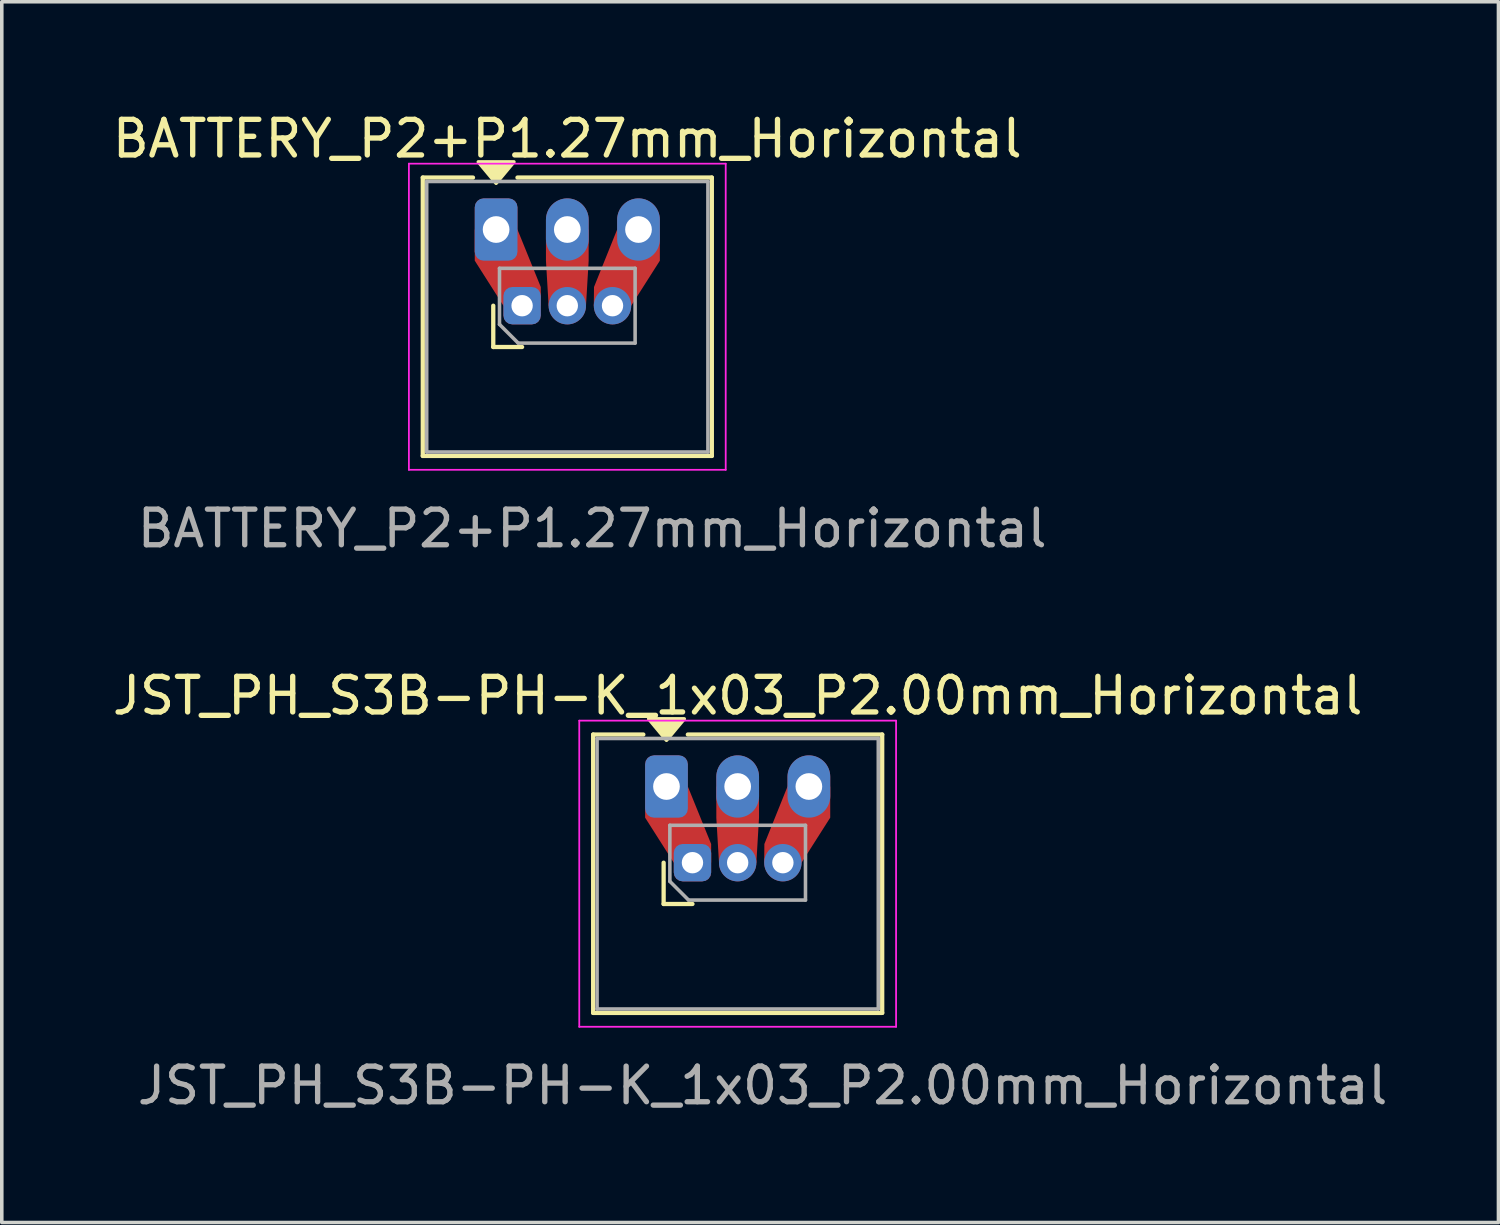
<source format=kicad_pcb>
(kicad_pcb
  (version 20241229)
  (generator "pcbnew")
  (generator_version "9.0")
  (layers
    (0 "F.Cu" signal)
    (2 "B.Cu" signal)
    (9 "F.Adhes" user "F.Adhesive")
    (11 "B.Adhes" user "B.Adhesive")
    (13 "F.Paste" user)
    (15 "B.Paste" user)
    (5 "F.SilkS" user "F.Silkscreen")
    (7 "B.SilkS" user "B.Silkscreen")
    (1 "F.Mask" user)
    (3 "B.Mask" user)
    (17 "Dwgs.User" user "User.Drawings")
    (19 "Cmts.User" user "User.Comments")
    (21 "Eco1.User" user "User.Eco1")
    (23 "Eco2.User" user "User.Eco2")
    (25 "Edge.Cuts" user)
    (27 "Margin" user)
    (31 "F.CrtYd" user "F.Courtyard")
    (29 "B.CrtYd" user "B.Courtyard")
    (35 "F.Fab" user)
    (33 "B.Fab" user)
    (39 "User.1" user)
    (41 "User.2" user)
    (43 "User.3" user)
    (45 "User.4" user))
  (footprint "JST_PH_S3B-PH-K_1x03_P2.00mm_Horizontal"
    (layer "F.Cu")
    (at 15.673 19.045)
    (property "Reference" "JST_PH_S3B-PH-K_1x03_P2.00mm_Horizontal" (at 2 -2.55 0) (layer "F.SilkS") (effects (font (size 1 1) (thickness 0.15))))
    (attr through_hole)
    (fp_poly (pts (xy 1.255 2.14) (xy 1.255 1.615) (xy 0.6 0) (xy -0.6 0) (xy -0.6 0.875) (xy 0.205 2.14)) (stroke (width 0) (type solid)) (fill yes) (layer "F.Cu"))
    (fp_poly (pts (xy 1.475 2.14) (xy 1.4 0.875) (xy 1.4 0) (xy 2.6 0) (xy 2.6 0.875) (xy 2.525 2.14)) (stroke (width 0) (type solid)) (fill yes) (layer "F.Cu"))
    (fp_poly (pts (xy 2.745 2.14) (xy 2.75 1.615) (xy 3.4 0) (xy 4.6 0) (xy 4.6 0.875) (xy 3.795 2.14)) (stroke (width 0) (type solid)) (fill yes) (layer "F.Cu"))
    (fp_line (start -2.06 -1.46) (end -2.06 6.36) (stroke (width 0.12) (type solid)) (layer "F.SilkS"))
    (fp_line (start -2.06 6.36) (end 6.06 6.36) (stroke (width 0.12) (type solid)) (layer "F.SilkS"))
    (fp_line (start -0.65 -1.46) (end -2.06 -1.46) (stroke (width 0.12) (type solid)) (layer "F.SilkS"))
    (fp_line (start -0.08 3.3) (end -0.08 2.14) (stroke (width 0.12) (type solid)) (layer "F.SilkS"))
    (fp_line (start 0.73 3.3) (end -0.08 3.3) (stroke (width 0.12) (type solid)) (layer "F.SilkS"))
    (fp_line (start 6.06 -1.46) (end 0.6 -1.46) (stroke (width 0.12) (type solid)) (layer "F.SilkS"))
    (fp_line (start 6.06 6.36) (end 6.06 -1.46) (stroke (width 0.12) (type solid)) (layer "F.SilkS"))
    (fp_poly (pts (xy 0 -1.3) (xy 0.5 -1.9) (xy -0.5 -1.9)) (stroke (width 0.1) (type solid)) (fill yes) (layer "F.SilkS"))
    (fp_line (start -2.45 -1.85) (end -2.45 6.75) (stroke (width 0.05) (type solid)) (layer "F.CrtYd"))
    (fp_line (start -2.45 6.75) (end 6.45 6.75) (stroke (width 0.05) (type solid)) (layer "F.CrtYd"))
    (fp_line (start 6.45 -1.85) (end -2.45 -1.85) (stroke (width 0.05) (type solid)) (layer "F.CrtYd"))
    (fp_line (start 6.45 6.75) (end 6.45 -1.85) (stroke (width 0.05) (type solid)) (layer "F.CrtYd"))
    (fp_line (start -1.95 -1.35) (end -1.95 6.25) (stroke (width 0.1) (type solid)) (layer "F.Fab"))
    (fp_line (start -1.95 6.25) (end 5.95 6.25) (stroke (width 0.1) (type solid)) (layer "F.Fab"))
    (fp_line (start 0.095 1.09) (end 3.905 1.09) (stroke (width 0.1) (type solid)) (layer "F.Fab"))
    (fp_line (start 0.095 2.665) (end 0.095 1.09) (stroke (width 0.1) (type solid)) (layer "F.Fab"))
    (fp_line (start 0.62 3.19) (end 0.095 2.665) (stroke (width 0.1) (type solid)) (layer "F.Fab"))
    (fp_line (start 3.905 1.09) (end 3.905 3.19) (stroke (width 0.1) (type solid)) (layer "F.Fab"))
    (fp_line (start 3.905 3.19) (end 0.62 3.19) (stroke (width 0.1) (type solid)) (layer "F.Fab"))
    (fp_line (start 5.95 -1.35) (end -1.95 -1.35) (stroke (width 0.1) (type solid)) (layer "F.Fab"))
    (fp_line (start 5.95 6.25) (end 5.95 -1.35) (stroke (width 0.1) (type solid)) (layer "F.Fab"))
    (fp_text user "${REFERENCE}" (at 2.7 8.4 0) (layer "F.Fab") (effects (font (size 1 1) (thickness 0.15))))
    (pad "1" thru_hole roundrect (at 0 0) (size 1.2 1.75) (drill 0.75) (layers "*.Cu" "*.Mask") (roundrect_rratio 0.208))
    (pad "1" thru_hole roundrect (at 0.73 2.14 90) (size 1.05 1.05) (drill 0.6) (layers "*.Cu" "*.Mask") (roundrect_rratio 0.238))
    (pad "2" thru_hole oval (at 2 0) (size 1.2 1.75) (drill 0.75) (layers "*.Cu" "*.Mask"))
    (pad "2" thru_hole circle (at 2 2.14 90) (size 1.05 1.05) (drill 0.6) (layers "*.Cu" "*.Mask"))
    (pad "3" thru_hole circle (at 3.27 2.14 90) (size 1.05 1.05) (drill 0.6) (layers "*.Cu" "*.Mask"))
    (pad "3" thru_hole oval (at 4 0) (size 1.2 1.75) (drill 0.75) (layers "*.Cu" "*.Mask")))
  (footprint "BATTERY_P2+P1.27mm_Horizontal"
    (layer "F.Cu")
    (at 10.887 3.398)
    (property "Reference" "BATTERY_P2+P1.27mm_Horizontal" (at 2 -2.55 0) (layer "F.SilkS") (effects (font (size 1 1) (thickness 0.15))))
    (attr through_hole)
    (fp_poly (pts (xy 1.255 2.14) (xy 1.255 1.615) (xy 0.6 0) (xy -0.6 0) (xy -0.6 0.875) (xy 0.205 2.14)) (stroke (width 0) (type solid)) (fill yes) (layer "F.Cu"))
    (fp_poly (pts (xy 1.475 2.14) (xy 1.4 0.875) (xy 1.4 0) (xy 2.6 0) (xy 2.6 0.875) (xy 2.525 2.14)) (stroke (width 0) (type solid)) (fill yes) (layer "F.Cu"))
    (fp_poly (pts (xy 2.745 2.14) (xy 2.75 1.615) (xy 3.4 0) (xy 4.6 0) (xy 4.6 0.875) (xy 3.795 2.14)) (stroke (width 0) (type solid)) (fill yes) (layer "F.Cu"))
    (fp_line (start -2.06 -1.46) (end -2.06 6.36) (stroke (width 0.12) (type solid)) (layer "F.SilkS"))
    (fp_line (start -2.06 6.36) (end 6.06 6.36) (stroke (width 0.12) (type solid)) (layer "F.SilkS"))
    (fp_line (start -0.65 -1.46) (end -2.06 -1.46) (stroke (width 0.12) (type solid)) (layer "F.SilkS"))
    (fp_line (start -0.08 3.3) (end -0.08 2.14) (stroke (width 0.12) (type solid)) (layer "F.SilkS"))
    (fp_line (start 0.73 3.3) (end -0.08 3.3) (stroke (width 0.12) (type solid)) (layer "F.SilkS"))
    (fp_line (start 6.06 -1.46) (end 0.6 -1.46) (stroke (width 0.12) (type solid)) (layer "F.SilkS"))
    (fp_line (start 6.06 6.36) (end 6.06 -1.46) (stroke (width 0.12) (type solid)) (layer "F.SilkS"))
    (fp_poly (pts (xy 0 -1.3) (xy 0.5 -1.9) (xy -0.5 -1.9)) (stroke (width 0.1) (type solid)) (fill yes) (layer "F.SilkS"))
    (fp_line (start -2.45 -1.85) (end -2.45 6.75) (stroke (width 0.05) (type solid)) (layer "F.CrtYd"))
    (fp_line (start -2.45 6.75) (end 6.45 6.75) (stroke (width 0.05) (type solid)) (layer "F.CrtYd"))
    (fp_line (start 6.45 -1.85) (end -2.45 -1.85) (stroke (width 0.05) (type solid)) (layer "F.CrtYd"))
    (fp_line (start 6.45 6.75) (end 6.45 -1.85) (stroke (width 0.05) (type solid)) (layer "F.CrtYd"))
    (fp_line (start -1.95 -1.35) (end -1.95 6.25) (stroke (width 0.1) (type solid)) (layer "F.Fab"))
    (fp_line (start -1.95 6.25) (end 5.95 6.25) (stroke (width 0.1) (type solid)) (layer "F.Fab"))
    (fp_line (start 0.095 1.09) (end 3.905 1.09) (stroke (width 0.1) (type solid)) (layer "F.Fab"))
    (fp_line (start 0.095 2.665) (end 0.095 1.09) (stroke (width 0.1) (type solid)) (layer "F.Fab"))
    (fp_line (start 0.62 3.19) (end 0.095 2.665) (stroke (width 0.1) (type solid)) (layer "F.Fab"))
    (fp_line (start 3.905 1.09) (end 3.905 3.19) (stroke (width 0.1) (type solid)) (layer "F.Fab"))
    (fp_line (start 3.905 3.19) (end 0.62 3.19) (stroke (width 0.1) (type solid)) (layer "F.Fab"))
    (fp_line (start 5.95 -1.35) (end -1.95 -1.35) (stroke (width 0.1) (type solid)) (layer "F.Fab"))
    (fp_line (start 5.95 6.25) (end 5.95 -1.35) (stroke (width 0.1) (type solid)) (layer "F.Fab"))
    (fp_text user "${REFERENCE}" (at 2.7 8.4 0) (layer "F.Fab") (effects (font (size 1 1) (thickness 0.15))))
    (pad "1" thru_hole roundrect (at 0 0) (size 1.2 1.75) (drill 0.75) (layers "*.Cu" "*.Mask") (roundrect_rratio 0.208))
    (pad "1" thru_hole roundrect (at 0.73 2.14 90) (size 1.05 1.05) (drill 0.6) (layers "*.Cu" "*.Mask") (roundrect_rratio 0.238))
    (pad "2" thru_hole oval (at 2 0) (size 1.2 1.75) (drill 0.75) (layers "*.Cu" "*.Mask"))
    (pad "2" thru_hole circle (at 2 2.14 90) (size 1.05 1.05) (drill 0.6) (layers "*.Cu" "*.Mask"))
    (pad "3" thru_hole circle (at 3.27 2.14 90) (size 1.05 1.05) (drill 0.6) (layers "*.Cu" "*.Mask"))
    (pad "3" thru_hole oval (at 4 0) (size 1.2 1.75) (drill 0.75) (layers "*.Cu" "*.Mask")))
  (gr_rect
    (start -3 -3)
    (end 39.045 31.293)
    (stroke (width 0.1) (type default))
    (fill no)
    (layer "Edge.Cuts")))
</source>
